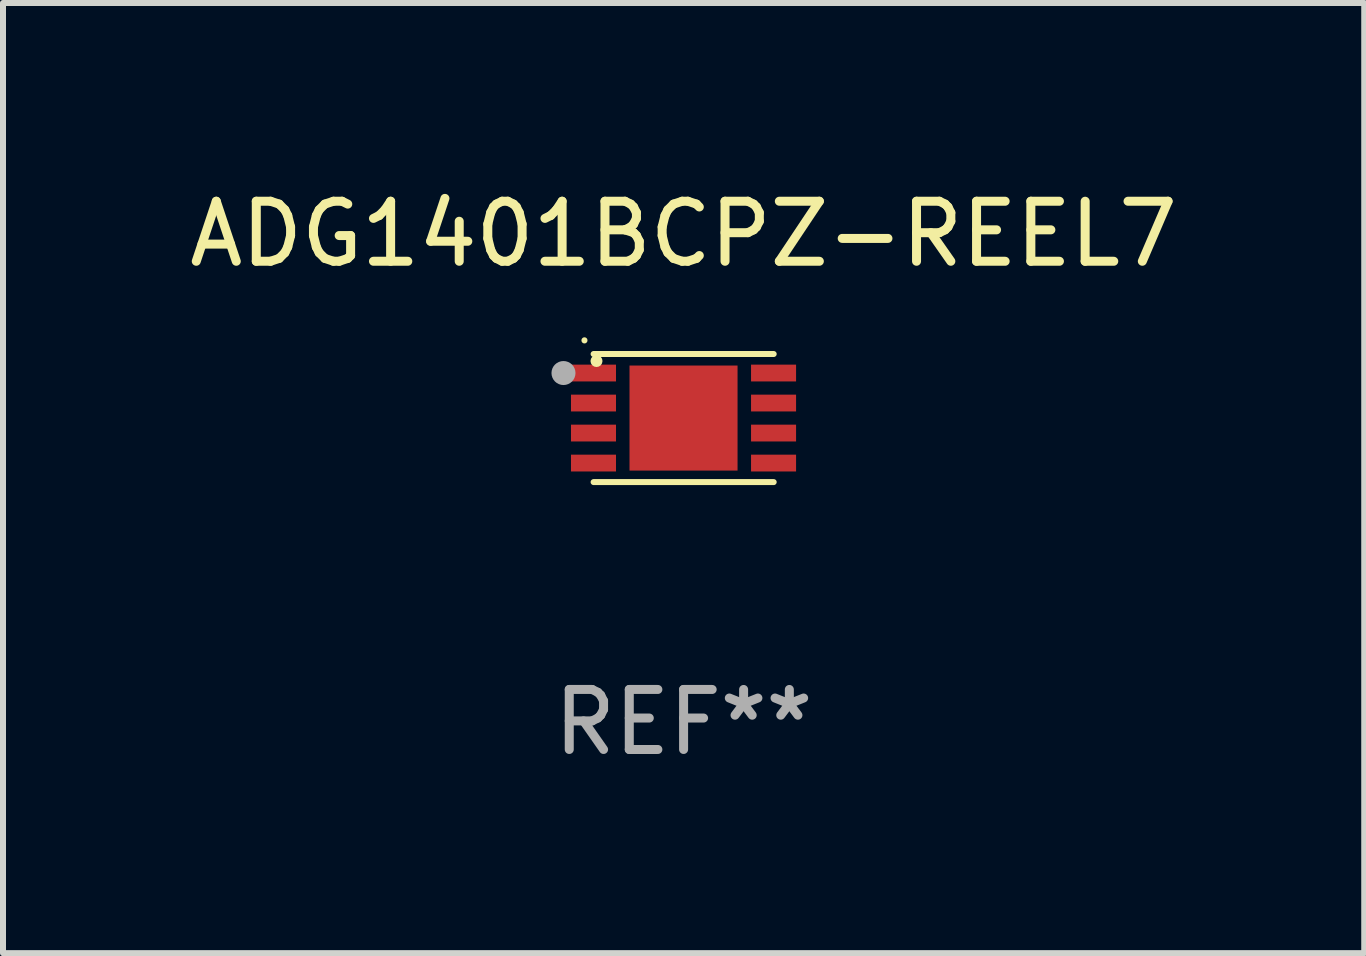
<source format=kicad_pcb>
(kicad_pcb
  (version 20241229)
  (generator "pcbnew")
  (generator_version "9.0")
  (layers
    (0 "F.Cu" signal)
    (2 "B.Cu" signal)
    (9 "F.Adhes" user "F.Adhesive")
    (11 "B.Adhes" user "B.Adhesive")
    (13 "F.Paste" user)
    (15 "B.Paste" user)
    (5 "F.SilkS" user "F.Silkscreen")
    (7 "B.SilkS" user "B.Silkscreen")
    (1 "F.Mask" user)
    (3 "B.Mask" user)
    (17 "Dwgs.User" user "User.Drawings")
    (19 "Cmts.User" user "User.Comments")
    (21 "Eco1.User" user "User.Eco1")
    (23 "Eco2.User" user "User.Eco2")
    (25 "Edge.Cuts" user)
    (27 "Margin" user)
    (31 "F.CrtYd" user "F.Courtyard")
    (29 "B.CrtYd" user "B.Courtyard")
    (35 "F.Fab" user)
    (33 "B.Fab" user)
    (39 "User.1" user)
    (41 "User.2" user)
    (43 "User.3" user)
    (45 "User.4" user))
  (footprint "ADG1401BCPZ-REEL7"
    (layer "F.Cu")
    (at 8.339 3.915)
    (property "Reference" "ADG1401BCPZ-REEL7" (at 0 -3.067 0) (layer "F.SilkS") (effects (font (size 1 1) (thickness 0.15))))
    (attr through_hole)
    (fp_line (start -1.499 -1.067) (end 1.501 -1.067) (stroke (width 0.1) (type solid)) (layer "F.SilkS"))
    (fp_line (start -1.499 1.067) (end 1.501 1.067) (stroke (width 0.1) (type solid)) (layer "F.SilkS"))
    (fp_arc (start -1.651638 -1.292863) (mid -1.651644 -1.294133) (end -1.651638 -1.295403) (stroke (width 0.1) (type solid)) (layer "F.SilkS"))
    (fp_circle (center -1.451 -0.95) (end -1.401 -0.95) (stroke (width 0.1) (type solid)) (fill no) (layer "F.SilkS"))
    (fp_circle (center -2.001 -0.75) (end -1.901 -0.75) (stroke (width 0.2) (type solid)) (fill no) (layer "F.Fab"))
    (fp_text user "REF**" (at 0 5.067 0) (layer "F.Fab") (effects (font (size 1 1) (thickness 0.15))))
    (pad "0" smd rect (at -0.001 0) (size 1.8 1.75) (layers "F.Cu" "F.Mask" "F.Paste"))
    (pad "1" smd rect (at -1.501 -0.75 90) (size 0.28 0.75) (layers "F.Cu" "F.Mask" "F.Paste"))
    (pad "2" smd rect (at -1.501 -0.25 90) (size 0.28 0.75) (layers "F.Cu" "F.Mask" "F.Paste"))
    (pad "3" smd rect (at -1.501 0.25 90) (size 0.28 0.75) (layers "F.Cu" "F.Mask" "F.Paste"))
    (pad "4" smd rect (at -1.501 0.75 90) (size 0.28 0.75) (layers "F.Cu" "F.Mask" "F.Paste"))
    (pad "5" smd rect (at 1.499 0.75 90) (size 0.28 0.75) (layers "F.Cu" "F.Mask" "F.Paste"))
    (pad "6" smd rect (at 1.499 0.25 90) (size 0.28 0.75) (layers "F.Cu" "F.Mask" "F.Paste"))
    (pad "7" smd rect (at 1.499 -0.25 90) (size 0.28 0.75) (layers "F.Cu" "F.Mask" "F.Paste"))
    (pad "8" smd rect (at 1.499 -0.75 90) (size 0.28 0.75) (layers "F.Cu" "F.Mask" "F.Paste")))
  (gr_rect
    (start -3 -3)
    (end 19.679 12.83)
    (stroke (width 0.1) (type default))
    (fill no)
    (layer "Edge.Cuts")))
</source>
